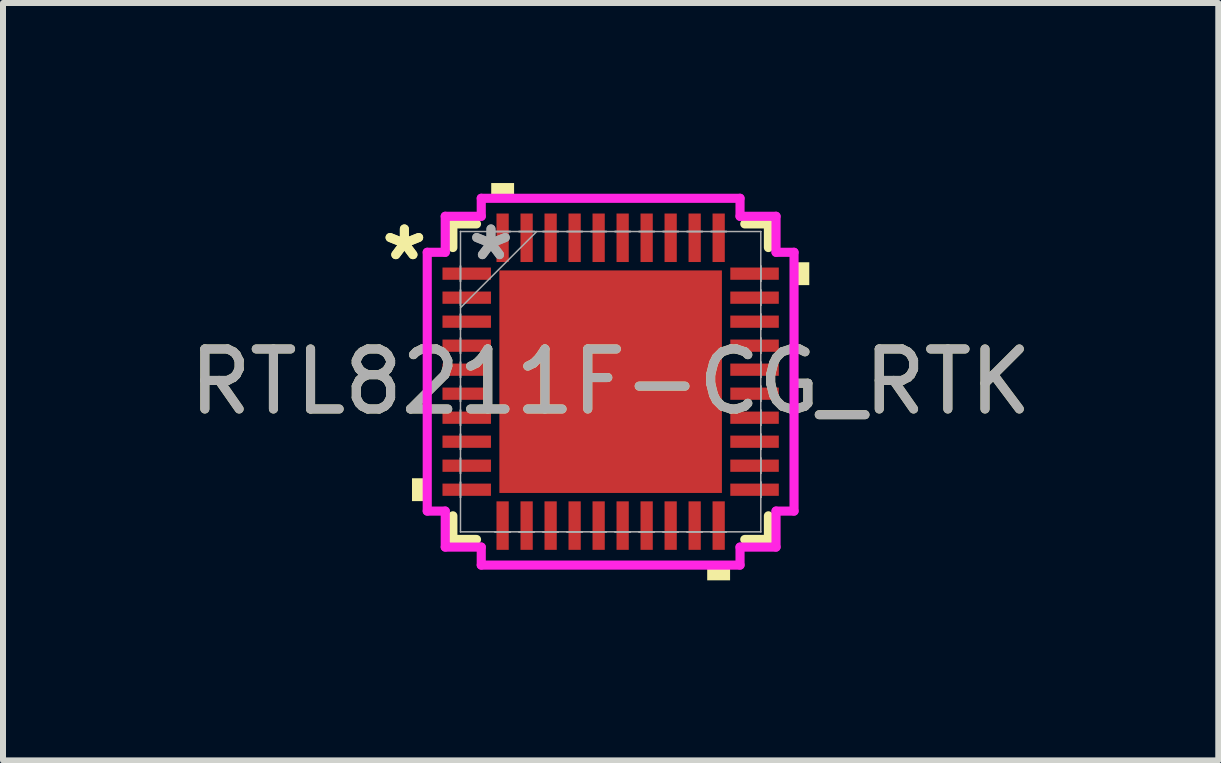
<source format=kicad_pcb>
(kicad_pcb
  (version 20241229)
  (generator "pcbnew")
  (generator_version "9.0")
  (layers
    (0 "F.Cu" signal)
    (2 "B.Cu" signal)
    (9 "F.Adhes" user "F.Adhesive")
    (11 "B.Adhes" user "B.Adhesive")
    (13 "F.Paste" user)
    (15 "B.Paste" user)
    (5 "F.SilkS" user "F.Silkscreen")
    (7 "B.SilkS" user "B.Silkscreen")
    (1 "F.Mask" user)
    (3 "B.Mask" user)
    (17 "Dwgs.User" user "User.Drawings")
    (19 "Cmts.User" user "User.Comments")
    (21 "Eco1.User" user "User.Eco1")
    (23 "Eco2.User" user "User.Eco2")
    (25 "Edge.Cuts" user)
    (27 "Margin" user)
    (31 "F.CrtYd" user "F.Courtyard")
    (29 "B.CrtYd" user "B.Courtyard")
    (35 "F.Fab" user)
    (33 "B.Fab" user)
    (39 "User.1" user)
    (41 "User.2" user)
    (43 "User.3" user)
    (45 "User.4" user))
  (footprint "RTL8211F-CG_RTK"
    (layer "F.Cu")
    (at 7.125 3.31)
    (property "Reference" "RTL8211F-CG_RTK" (at 0 0 0) (unlocked yes) (layer "F.SilkS") (effects (font (size 1 1) (thickness 0.15))))
    (attr smd)
    (fp_line (start -2.629 -2.629) (end -2.629 -2.235) (stroke (width 0.152) (type solid)) (layer "F.SilkS"))
    (fp_line (start -2.629 2.235) (end -2.629 2.629) (stroke (width 0.152) (type solid)) (layer "F.SilkS"))
    (fp_line (start -2.629 2.629) (end -2.235 2.629) (stroke (width 0.152) (type solid)) (layer "F.SilkS"))
    (fp_line (start -2.235 -2.629) (end -2.629 -2.629) (stroke (width 0.152) (type solid)) (layer "F.SilkS"))
    (fp_line (start 2.235 2.629) (end 2.629 2.629) (stroke (width 0.152) (type solid)) (layer "F.SilkS"))
    (fp_line (start 2.629 -2.629) (end 2.235 -2.629) (stroke (width 0.152) (type solid)) (layer "F.SilkS"))
    (fp_line (start 2.629 -2.235) (end 2.629 -2.629) (stroke (width 0.152) (type solid)) (layer "F.SilkS"))
    (fp_line (start 2.629 2.629) (end 2.629 2.235) (stroke (width 0.152) (type solid)) (layer "F.SilkS"))
    (fp_poly (pts (xy -3.31 1.609) (xy -3.31 1.99) (xy -3.056 1.99) (xy -3.056 1.609)) (stroke (width 0) (type solid)) (fill yes) (layer "F.SilkS"))
    (fp_poly (pts (xy -1.99 -3.056) (xy -1.99 -3.31) (xy -1.609 -3.31) (xy -1.609 -3.056)) (stroke (width 0) (type solid)) (fill yes) (layer "F.SilkS"))
    (fp_poly (pts (xy 1.609 3.056) (xy 1.609 3.31) (xy 1.99 3.31) (xy 1.99 3.056)) (stroke (width 0) (type solid)) (fill yes) (layer "F.SilkS"))
    (fp_poly (pts (xy 3.31 -1.99) (xy 3.31 -1.609) (xy 3.056 -1.609) (xy 3.056 -1.99)) (stroke (width 0) (type solid)) (fill yes) (layer "F.SilkS"))
    (fp_poly (pts (xy -1.754 -1.754) (xy -1.754 -0.1) (xy -0.1 -0.1) (xy -0.1 -1.754)) (stroke (width 0) (type solid)) (fill yes) (layer "F.Paste"))
    (fp_poly (pts (xy -1.754 0.1) (xy -1.754 1.754) (xy -0.1 1.754) (xy -0.1 0.1)) (stroke (width 0) (type solid)) (fill yes) (layer "F.Paste"))
    (fp_poly (pts (xy 0.1 -1.754) (xy 0.1 -0.1) (xy 1.754 -0.1) (xy 1.754 -1.754)) (stroke (width 0) (type solid)) (fill yes) (layer "F.Paste"))
    (fp_poly (pts (xy 0.1 0.1) (xy 0.1 1.754) (xy 1.754 1.754) (xy 1.754 0.1)) (stroke (width 0) (type solid)) (fill yes) (layer "F.Paste"))
    (fp_line (start -3.056 -2.156) (end -2.756 -2.156) (stroke (width 0.152) (type solid)) (layer "F.CrtYd"))
    (fp_line (start -3.056 2.156) (end -3.056 -2.156) (stroke (width 0.152) (type solid)) (layer "F.CrtYd"))
    (fp_line (start -2.756 -2.756) (end -2.156 -2.756) (stroke (width 0.152) (type solid)) (layer "F.CrtYd"))
    (fp_line (start -2.756 -2.156) (end -2.756 -2.756) (stroke (width 0.152) (type solid)) (layer "F.CrtYd"))
    (fp_line (start -2.756 2.156) (end -3.056 2.156) (stroke (width 0.152) (type solid)) (layer "F.CrtYd"))
    (fp_line (start -2.756 2.756) (end -2.756 2.156) (stroke (width 0.152) (type solid)) (layer "F.CrtYd"))
    (fp_line (start -2.156 -3.056) (end 2.156 -3.056) (stroke (width 0.152) (type solid)) (layer "F.CrtYd"))
    (fp_line (start -2.156 -2.756) (end -2.156 -3.056) (stroke (width 0.152) (type solid)) (layer "F.CrtYd"))
    (fp_line (start -2.156 2.756) (end -2.756 2.756) (stroke (width 0.152) (type solid)) (layer "F.CrtYd"))
    (fp_line (start -2.156 3.056) (end -2.156 2.756) (stroke (width 0.152) (type solid)) (layer "F.CrtYd"))
    (fp_line (start 2.156 -3.056) (end 2.156 -2.756) (stroke (width 0.152) (type solid)) (layer "F.CrtYd"))
    (fp_line (start 2.156 -2.756) (end 2.756 -2.756) (stroke (width 0.152) (type solid)) (layer "F.CrtYd"))
    (fp_line (start 2.156 2.756) (end 2.156 3.056) (stroke (width 0.152) (type solid)) (layer "F.CrtYd"))
    (fp_line (start 2.156 3.056) (end -2.156 3.056) (stroke (width 0.152) (type solid)) (layer "F.CrtYd"))
    (fp_line (start 2.756 -2.756) (end 2.756 -2.156) (stroke (width 0.152) (type solid)) (layer "F.CrtYd"))
    (fp_line (start 2.756 -2.156) (end 3.056 -2.156) (stroke (width 0.152) (type solid)) (layer "F.CrtYd"))
    (fp_line (start 2.756 2.156) (end 2.756 2.756) (stroke (width 0.152) (type solid)) (layer "F.CrtYd"))
    (fp_line (start 2.756 2.756) (end 2.156 2.756) (stroke (width 0.152) (type solid)) (layer "F.CrtYd"))
    (fp_line (start 3.056 -2.156) (end 3.056 2.156) (stroke (width 0.152) (type solid)) (layer "F.CrtYd"))
    (fp_line (start 3.056 2.156) (end 2.756 2.156) (stroke (width 0.152) (type solid)) (layer "F.CrtYd"))
    (fp_line (start -2.502 -2.502) (end -2.502 -2.502) (stroke (width 0.025) (type solid)) (layer "F.Fab"))
    (fp_line (start -2.502 -2.502) (end -2.502 2.502) (stroke (width 0.025) (type solid)) (layer "F.Fab"))
    (fp_line (start -2.502 -1.927) (end -2.502 -1.927) (stroke (width 0.025) (type solid)) (layer "F.Fab"))
    (fp_line (start -2.502 -1.927) (end -2.502 -1.673) (stroke (width 0.025) (type solid)) (layer "F.Fab"))
    (fp_line (start -2.502 -1.673) (end -2.502 -1.927) (stroke (width 0.025) (type solid)) (layer "F.Fab"))
    (fp_line (start -2.502 -1.673) (end -2.502 -1.673) (stroke (width 0.025) (type solid)) (layer "F.Fab"))
    (fp_line (start -2.502 -1.527) (end -2.502 -1.527) (stroke (width 0.025) (type solid)) (layer "F.Fab"))
    (fp_line (start -2.502 -1.527) (end -2.502 -1.273) (stroke (width 0.025) (type solid)) (layer "F.Fab"))
    (fp_line (start -2.502 -1.273) (end -2.502 -1.527) (stroke (width 0.025) (type solid)) (layer "F.Fab"))
    (fp_line (start -2.502 -1.273) (end -2.502 -1.273) (stroke (width 0.025) (type solid)) (layer "F.Fab"))
    (fp_line (start -2.502 -1.232) (end -1.232 -2.502) (stroke (width 0.025) (type solid)) (layer "F.Fab"))
    (fp_line (start -2.502 -1.127) (end -2.502 -1.127) (stroke (width 0.025) (type solid)) (layer "F.Fab"))
    (fp_line (start -2.502 -1.127) (end -2.502 -0.873) (stroke (width 0.025) (type solid)) (layer "F.Fab"))
    (fp_line (start -2.502 -0.873) (end -2.502 -1.127) (stroke (width 0.025) (type solid)) (layer "F.Fab"))
    (fp_line (start -2.502 -0.873) (end -2.502 -0.873) (stroke (width 0.025) (type solid)) (layer "F.Fab"))
    (fp_line (start -2.502 -0.727) (end -2.502 -0.727) (stroke (width 0.025) (type solid)) (layer "F.Fab"))
    (fp_line (start -2.502 -0.727) (end -2.502 -0.473) (stroke (width 0.025) (type solid)) (layer "F.Fab"))
    (fp_line (start -2.502 -0.473) (end -2.502 -0.727) (stroke (width 0.025) (type solid)) (layer "F.Fab"))
    (fp_line (start -2.502 -0.473) (end -2.502 -0.473) (stroke (width 0.025) (type solid)) (layer "F.Fab"))
    (fp_line (start -2.502 -0.327) (end -2.502 -0.327) (stroke (width 0.025) (type solid)) (layer "F.Fab"))
    (fp_line (start -2.502 -0.327) (end -2.502 -0.073) (stroke (width 0.025) (type solid)) (layer "F.Fab"))
    (fp_line (start -2.502 -0.073) (end -2.502 -0.327) (stroke (width 0.025) (type solid)) (layer "F.Fab"))
    (fp_line (start -2.502 -0.073) (end -2.502 -0.073) (stroke (width 0.025) (type solid)) (layer "F.Fab"))
    (fp_line (start -2.502 0.073) (end -2.502 0.073) (stroke (width 0.025) (type solid)) (layer "F.Fab"))
    (fp_line (start -2.502 0.073) (end -2.502 0.327) (stroke (width 0.025) (type solid)) (layer "F.Fab"))
    (fp_line (start -2.502 0.327) (end -2.502 0.073) (stroke (width 0.025) (type solid)) (layer "F.Fab"))
    (fp_line (start -2.502 0.327) (end -2.502 0.327) (stroke (width 0.025) (type solid)) (layer "F.Fab"))
    (fp_line (start -2.502 0.473) (end -2.502 0.473) (stroke (width 0.025) (type solid)) (layer "F.Fab"))
    (fp_line (start -2.502 0.473) (end -2.502 0.727) (stroke (width 0.025) (type solid)) (layer "F.Fab"))
    (fp_line (start -2.502 0.727) (end -2.502 0.473) (stroke (width 0.025) (type solid)) (layer "F.Fab"))
    (fp_line (start -2.502 0.727) (end -2.502 0.727) (stroke (width 0.025) (type solid)) (layer "F.Fab"))
    (fp_line (start -2.502 0.873) (end -2.502 0.873) (stroke (width 0.025) (type solid)) (layer "F.Fab"))
    (fp_line (start -2.502 0.873) (end -2.502 1.127) (stroke (width 0.025) (type solid)) (layer "F.Fab"))
    (fp_line (start -2.502 1.127) (end -2.502 0.873) (stroke (width 0.025) (type solid)) (layer "F.Fab"))
    (fp_line (start -2.502 1.127) (end -2.502 1.127) (stroke (width 0.025) (type solid)) (layer "F.Fab"))
    (fp_line (start -2.502 1.273) (end -2.502 1.273) (stroke (width 0.025) (type solid)) (layer "F.Fab"))
    (fp_line (start -2.502 1.273) (end -2.502 1.527) (stroke (width 0.025) (type solid)) (layer "F.Fab"))
    (fp_line (start -2.502 1.527) (end -2.502 1.273) (stroke (width 0.025) (type solid)) (layer "F.Fab"))
    (fp_line (start -2.502 1.527) (end -2.502 1.527) (stroke (width 0.025) (type solid)) (layer "F.Fab"))
    (fp_line (start -2.502 1.673) (end -2.502 1.673) (stroke (width 0.025) (type solid)) (layer "F.Fab"))
    (fp_line (start -2.502 1.673) (end -2.502 1.927) (stroke (width 0.025) (type solid)) (layer "F.Fab"))
    (fp_line (start -2.502 1.927) (end -2.502 1.673) (stroke (width 0.025) (type solid)) (layer "F.Fab"))
    (fp_line (start -2.502 1.927) (end -2.502 1.927) (stroke (width 0.025) (type solid)) (layer "F.Fab"))
    (fp_line (start -2.502 2.502) (end -2.502 2.502) (stroke (width 0.025) (type solid)) (layer "F.Fab"))
    (fp_line (start -2.502 2.502) (end 2.502 2.502) (stroke (width 0.025) (type solid)) (layer "F.Fab"))
    (fp_line (start -1.927 -2.502) (end -1.927 -2.502) (stroke (width 0.025) (type solid)) (layer "F.Fab"))
    (fp_line (start -1.927 -2.502) (end -1.673 -2.502) (stroke (width 0.025) (type solid)) (layer "F.Fab"))
    (fp_line (start -1.927 2.502) (end -1.927 2.502) (stroke (width 0.025) (type solid)) (layer "F.Fab"))
    (fp_line (start -1.927 2.502) (end -1.673 2.502) (stroke (width 0.025) (type solid)) (layer "F.Fab"))
    (fp_line (start -1.673 -2.502) (end -1.927 -2.502) (stroke (width 0.025) (type solid)) (layer "F.Fab"))
    (fp_line (start -1.673 -2.502) (end -1.673 -2.502) (stroke (width 0.025) (type solid)) (layer "F.Fab"))
    (fp_line (start -1.673 2.502) (end -1.927 2.502) (stroke (width 0.025) (type solid)) (layer "F.Fab"))
    (fp_line (start -1.673 2.502) (end -1.673 2.502) (stroke (width 0.025) (type solid)) (layer "F.Fab"))
    (fp_line (start -1.527 -2.502) (end -1.527 -2.502) (stroke (width 0.025) (type solid)) (layer "F.Fab"))
    (fp_line (start -1.527 -2.502) (end -1.273 -2.502) (stroke (width 0.025) (type solid)) (layer "F.Fab"))
    (fp_line (start -1.527 2.502) (end -1.527 2.502) (stroke (width 0.025) (type solid)) (layer "F.Fab"))
    (fp_line (start -1.527 2.502) (end -1.273 2.502) (stroke (width 0.025) (type solid)) (layer "F.Fab"))
    (fp_line (start -1.273 -2.502) (end -1.527 -2.502) (stroke (width 0.025) (type solid)) (layer "F.Fab"))
    (fp_line (start -1.273 -2.502) (end -1.273 -2.502) (stroke (width 0.025) (type solid)) (layer "F.Fab"))
    (fp_line (start -1.273 2.502) (end -1.527 2.502) (stroke (width 0.025) (type solid)) (layer "F.Fab"))
    (fp_line (start -1.273 2.502) (end -1.273 2.502) (stroke (width 0.025) (type solid)) (layer "F.Fab"))
    (fp_line (start -1.127 -2.502) (end -1.127 -2.502) (stroke (width 0.025) (type solid)) (layer "F.Fab"))
    (fp_line (start -1.127 -2.502) (end -0.873 -2.502) (stroke (width 0.025) (type solid)) (layer "F.Fab"))
    (fp_line (start -1.127 2.502) (end -1.127 2.502) (stroke (width 0.025) (type solid)) (layer "F.Fab"))
    (fp_line (start -1.127 2.502) (end -0.873 2.502) (stroke (width 0.025) (type solid)) (layer "F.Fab"))
    (fp_line (start -0.873 -2.502) (end -1.127 -2.502) (stroke (width 0.025) (type solid)) (layer "F.Fab"))
    (fp_line (start -0.873 -2.502) (end -0.873 -2.502) (stroke (width 0.025) (type solid)) (layer "F.Fab"))
    (fp_line (start -0.873 2.502) (end -1.127 2.502) (stroke (width 0.025) (type solid)) (layer "F.Fab"))
    (fp_line (start -0.873 2.502) (end -0.873 2.502) (stroke (width 0.025) (type solid)) (layer "F.Fab"))
    (fp_line (start -0.727 -2.502) (end -0.727 -2.502) (stroke (width 0.025) (type solid)) (layer "F.Fab"))
    (fp_line (start -0.727 -2.502) (end -0.473 -2.502) (stroke (width 0.025) (type solid)) (layer "F.Fab"))
    (fp_line (start -0.727 2.502) (end -0.727 2.502) (stroke (width 0.025) (type solid)) (layer "F.Fab"))
    (fp_line (start -0.727 2.502) (end -0.473 2.502) (stroke (width 0.025) (type solid)) (layer "F.Fab"))
    (fp_line (start -0.473 -2.502) (end -0.727 -2.502) (stroke (width 0.025) (type solid)) (layer "F.Fab"))
    (fp_line (start -0.473 -2.502) (end -0.473 -2.502) (stroke (width 0.025) (type solid)) (layer "F.Fab"))
    (fp_line (start -0.473 2.502) (end -0.727 2.502) (stroke (width 0.025) (type solid)) (layer "F.Fab"))
    (fp_line (start -0.473 2.502) (end -0.473 2.502) (stroke (width 0.025) (type solid)) (layer "F.Fab"))
    (fp_line (start -0.327 -2.502) (end -0.327 -2.502) (stroke (width 0.025) (type solid)) (layer "F.Fab"))
    (fp_line (start -0.327 -2.502) (end -0.073 -2.502) (stroke (width 0.025) (type solid)) (layer "F.Fab"))
    (fp_line (start -0.327 2.502) (end -0.327 2.502) (stroke (width 0.025) (type solid)) (layer "F.Fab"))
    (fp_line (start -0.327 2.502) (end -0.073 2.502) (stroke (width 0.025) (type solid)) (layer "F.Fab"))
    (fp_line (start -0.073 -2.502) (end -0.327 -2.502) (stroke (width 0.025) (type solid)) (layer "F.Fab"))
    (fp_line (start -0.073 -2.502) (end -0.073 -2.502) (stroke (width 0.025) (type solid)) (layer "F.Fab"))
    (fp_line (start -0.073 2.502) (end -0.327 2.502) (stroke (width 0.025) (type solid)) (layer "F.Fab"))
    (fp_line (start -0.073 2.502) (end -0.073 2.502) (stroke (width 0.025) (type solid)) (layer "F.Fab"))
    (fp_line (start 0.073 -2.502) (end 0.073 -2.502) (stroke (width 0.025) (type solid)) (layer "F.Fab"))
    (fp_line (start 0.073 -2.502) (end 0.327 -2.502) (stroke (width 0.025) (type solid)) (layer "F.Fab"))
    (fp_line (start 0.073 2.502) (end 0.073 2.502) (stroke (width 0.025) (type solid)) (layer "F.Fab"))
    (fp_line (start 0.073 2.502) (end 0.327 2.502) (stroke (width 0.025) (type solid)) (layer "F.Fab"))
    (fp_line (start 0.327 -2.502) (end 0.073 -2.502) (stroke (width 0.025) (type solid)) (layer "F.Fab"))
    (fp_line (start 0.327 -2.502) (end 0.327 -2.502) (stroke (width 0.025) (type solid)) (layer "F.Fab"))
    (fp_line (start 0.327 2.502) (end 0.073 2.502) (stroke (width 0.025) (type solid)) (layer "F.Fab"))
    (fp_line (start 0.327 2.502) (end 0.327 2.502) (stroke (width 0.025) (type solid)) (layer "F.Fab"))
    (fp_line (start 0.473 -2.502) (end 0.473 -2.502) (stroke (width 0.025) (type solid)) (layer "F.Fab"))
    (fp_line (start 0.473 -2.502) (end 0.727 -2.502) (stroke (width 0.025) (type solid)) (layer "F.Fab"))
    (fp_line (start 0.473 2.502) (end 0.473 2.502) (stroke (width 0.025) (type solid)) (layer "F.Fab"))
    (fp_line (start 0.473 2.502) (end 0.727 2.502) (stroke (width 0.025) (type solid)) (layer "F.Fab"))
    (fp_line (start 0.727 -2.502) (end 0.473 -2.502) (stroke (width 0.025) (type solid)) (layer "F.Fab"))
    (fp_line (start 0.727 -2.502) (end 0.727 -2.502) (stroke (width 0.025) (type solid)) (layer "F.Fab"))
    (fp_line (start 0.727 2.502) (end 0.473 2.502) (stroke (width 0.025) (type solid)) (layer "F.Fab"))
    (fp_line (start 0.727 2.502) (end 0.727 2.502) (stroke (width 0.025) (type solid)) (layer "F.Fab"))
    (fp_line (start 0.873 -2.502) (end 0.873 -2.502) (stroke (width 0.025) (type solid)) (layer "F.Fab"))
    (fp_line (start 0.873 -2.502) (end 1.127 -2.502) (stroke (width 0.025) (type solid)) (layer "F.Fab"))
    (fp_line (start 0.873 2.502) (end 0.873 2.502) (stroke (width 0.025) (type solid)) (layer "F.Fab"))
    (fp_line (start 0.873 2.502) (end 1.127 2.502) (stroke (width 0.025) (type solid)) (layer "F.Fab"))
    (fp_line (start 1.127 -2.502) (end 0.873 -2.502) (stroke (width 0.025) (type solid)) (layer "F.Fab"))
    (fp_line (start 1.127 -2.502) (end 1.127 -2.502) (stroke (width 0.025) (type solid)) (layer "F.Fab"))
    (fp_line (start 1.127 2.502) (end 0.873 2.502) (stroke (width 0.025) (type solid)) (layer "F.Fab"))
    (fp_line (start 1.127 2.502) (end 1.127 2.502) (stroke (width 0.025) (type solid)) (layer "F.Fab"))
    (fp_line (start 1.273 -2.502) (end 1.273 -2.502) (stroke (width 0.025) (type solid)) (layer "F.Fab"))
    (fp_line (start 1.273 -2.502) (end 1.527 -2.502) (stroke (width 0.025) (type solid)) (layer "F.Fab"))
    (fp_line (start 1.273 2.502) (end 1.273 2.502) (stroke (width 0.025) (type solid)) (layer "F.Fab"))
    (fp_line (start 1.273 2.502) (end 1.527 2.502) (stroke (width 0.025) (type solid)) (layer "F.Fab"))
    (fp_line (start 1.527 -2.502) (end 1.273 -2.502) (stroke (width 0.025) (type solid)) (layer "F.Fab"))
    (fp_line (start 1.527 -2.502) (end 1.527 -2.502) (stroke (width 0.025) (type solid)) (layer "F.Fab"))
    (fp_line (start 1.527 2.502) (end 1.273 2.502) (stroke (width 0.025) (type solid)) (layer "F.Fab"))
    (fp_line (start 1.527 2.502) (end 1.527 2.502) (stroke (width 0.025) (type solid)) (layer "F.Fab"))
    (fp_line (start 1.673 -2.502) (end 1.673 -2.502) (stroke (width 0.025) (type solid)) (layer "F.Fab"))
    (fp_line (start 1.673 -2.502) (end 1.927 -2.502) (stroke (width 0.025) (type solid)) (layer "F.Fab"))
    (fp_line (start 1.673 2.502) (end 1.673 2.502) (stroke (width 0.025) (type solid)) (layer "F.Fab"))
    (fp_line (start 1.673 2.502) (end 1.927 2.502) (stroke (width 0.025) (type solid)) (layer "F.Fab"))
    (fp_line (start 1.927 -2.502) (end 1.673 -2.502) (stroke (width 0.025) (type solid)) (layer "F.Fab"))
    (fp_line (start 1.927 -2.502) (end 1.927 -2.502) (stroke (width 0.025) (type solid)) (layer "F.Fab"))
    (fp_line (start 1.927 2.502) (end 1.673 2.502) (stroke (width 0.025) (type solid)) (layer "F.Fab"))
    (fp_line (start 1.927 2.502) (end 1.927 2.502) (stroke (width 0.025) (type solid)) (layer "F.Fab"))
    (fp_line (start 2.502 -2.502) (end -2.502 -2.502) (stroke (width 0.025) (type solid)) (layer "F.Fab"))
    (fp_line (start 2.502 -2.502) (end 2.502 -2.502) (stroke (width 0.025) (type solid)) (layer "F.Fab"))
    (fp_line (start 2.502 -1.927) (end 2.502 -1.927) (stroke (width 0.025) (type solid)) (layer "F.Fab"))
    (fp_line (start 2.502 -1.927) (end 2.502 -1.673) (stroke (width 0.025) (type solid)) (layer "F.Fab"))
    (fp_line (start 2.502 -1.673) (end 2.502 -1.927) (stroke (width 0.025) (type solid)) (layer "F.Fab"))
    (fp_line (start 2.502 -1.673) (end 2.502 -1.673) (stroke (width 0.025) (type solid)) (layer "F.Fab"))
    (fp_line (start 2.502 -1.527) (end 2.502 -1.527) (stroke (width 0.025) (type solid)) (layer "F.Fab"))
    (fp_line (start 2.502 -1.527) (end 2.502 -1.273) (stroke (width 0.025) (type solid)) (layer "F.Fab"))
    (fp_line (start 2.502 -1.273) (end 2.502 -1.527) (stroke (width 0.025) (type solid)) (layer "F.Fab"))
    (fp_line (start 2.502 -1.273) (end 2.502 -1.273) (stroke (width 0.025) (type solid)) (layer "F.Fab"))
    (fp_line (start 2.502 -1.127) (end 2.502 -1.127) (stroke (width 0.025) (type solid)) (layer "F.Fab"))
    (fp_line (start 2.502 -1.127) (end 2.502 -0.873) (stroke (width 0.025) (type solid)) (layer "F.Fab"))
    (fp_line (start 2.502 -0.873) (end 2.502 -1.127) (stroke (width 0.025) (type solid)) (layer "F.Fab"))
    (fp_line (start 2.502 -0.873) (end 2.502 -0.873) (stroke (width 0.025) (type solid)) (layer "F.Fab"))
    (fp_line (start 2.502 -0.727) (end 2.502 -0.727) (stroke (width 0.025) (type solid)) (layer "F.Fab"))
    (fp_line (start 2.502 -0.727) (end 2.502 -0.473) (stroke (width 0.025) (type solid)) (layer "F.Fab"))
    (fp_line (start 2.502 -0.473) (end 2.502 -0.727) (stroke (width 0.025) (type solid)) (layer "F.Fab"))
    (fp_line (start 2.502 -0.473) (end 2.502 -0.473) (stroke (width 0.025) (type solid)) (layer "F.Fab"))
    (fp_line (start 2.502 -0.327) (end 2.502 -0.327) (stroke (width 0.025) (type solid)) (layer "F.Fab"))
    (fp_line (start 2.502 -0.327) (end 2.502 -0.073) (stroke (width 0.025) (type solid)) (layer "F.Fab"))
    (fp_line (start 2.502 -0.073) (end 2.502 -0.327) (stroke (width 0.025) (type solid)) (layer "F.Fab"))
    (fp_line (start 2.502 -0.073) (end 2.502 -0.073) (stroke (width 0.025) (type solid)) (layer "F.Fab"))
    (fp_line (start 2.502 0.073) (end 2.502 0.073) (stroke (width 0.025) (type solid)) (layer "F.Fab"))
    (fp_line (start 2.502 0.073) (end 2.502 0.327) (stroke (width 0.025) (type solid)) (layer "F.Fab"))
    (fp_line (start 2.502 0.327) (end 2.502 0.073) (stroke (width 0.025) (type solid)) (layer "F.Fab"))
    (fp_line (start 2.502 0.327) (end 2.502 0.327) (stroke (width 0.025) (type solid)) (layer "F.Fab"))
    (fp_line (start 2.502 0.473) (end 2.502 0.473) (stroke (width 0.025) (type solid)) (layer "F.Fab"))
    (fp_line (start 2.502 0.473) (end 2.502 0.727) (stroke (width 0.025) (type solid)) (layer "F.Fab"))
    (fp_line (start 2.502 0.727) (end 2.502 0.473) (stroke (width 0.025) (type solid)) (layer "F.Fab"))
    (fp_line (start 2.502 0.727) (end 2.502 0.727) (stroke (width 0.025) (type solid)) (layer "F.Fab"))
    (fp_line (start 2.502 0.873) (end 2.502 0.873) (stroke (width 0.025) (type solid)) (layer "F.Fab"))
    (fp_line (start 2.502 0.873) (end 2.502 1.127) (stroke (width 0.025) (type solid)) (layer "F.Fab"))
    (fp_line (start 2.502 1.127) (end 2.502 0.873) (stroke (width 0.025) (type solid)) (layer "F.Fab"))
    (fp_line (start 2.502 1.127) (end 2.502 1.127) (stroke (width 0.025) (type solid)) (layer "F.Fab"))
    (fp_line (start 2.502 1.273) (end 2.502 1.273) (stroke (width 0.025) (type solid)) (layer "F.Fab"))
    (fp_line (start 2.502 1.273) (end 2.502 1.527) (stroke (width 0.025) (type solid)) (layer "F.Fab"))
    (fp_line (start 2.502 1.527) (end 2.502 1.273) (stroke (width 0.025) (type solid)) (layer "F.Fab"))
    (fp_line (start 2.502 1.527) (end 2.502 1.527) (stroke (width 0.025) (type solid)) (layer "F.Fab"))
    (fp_line (start 2.502 1.673) (end 2.502 1.673) (stroke (width 0.025) (type solid)) (layer "F.Fab"))
    (fp_line (start 2.502 1.673) (end 2.502 1.927) (stroke (width 0.025) (type solid)) (layer "F.Fab"))
    (fp_line (start 2.502 1.927) (end 2.502 1.673) (stroke (width 0.025) (type solid)) (layer "F.Fab"))
    (fp_line (start 2.502 1.927) (end 2.502 1.927) (stroke (width 0.025) (type solid)) (layer "F.Fab"))
    (fp_line (start 2.502 2.502) (end 2.502 -2.502) (stroke (width 0.025) (type solid)) (layer "F.Fab"))
    (fp_line (start 2.502 2.502) (end 2.502 2.502) (stroke (width 0.025) (type solid)) (layer "F.Fab"))
    (fp_text user "*" (at -3.437 -2 0) (layer "F.SilkS") (effects (font (size 1 1) (thickness 0.15))))
    (fp_text user "*" (at -3.437 -2 0) (unlocked yes) (layer "F.SilkS") (effects (font (size 1 1) (thickness 0.15))))
    (fp_text user "${REFERENCE}" (at 0 0 0) (unlocked yes) (layer "F.Fab") (effects (font (size 1 1) (thickness 0.15))))
    (fp_text user "*" (at -1.994 -2 0) (layer "F.Fab") (effects (font (size 1 1) (thickness 0.15))))
    (fp_text user "*" (at -1.994 -2 0) (unlocked yes) (layer "F.Fab") (effects (font (size 1 1) (thickness 0.15))))
    (pad "1" smd rect (at -2.398 -1.8 90) (size 0.204 0.808) (layers "F.Cu" "F.Mask" "F.Paste"))
    (pad "2" smd rect (at -2.398 -1.4 90) (size 0.204 0.808) (layers "F.Cu" "F.Mask" "F.Paste"))
    (pad "3" smd rect (at -2.398 -1 90) (size 0.204 0.808) (layers "F.Cu" "F.Mask" "F.Paste"))
    (pad "4" smd rect (at -2.398 -0.6 90) (size 0.204 0.808) (layers "F.Cu" "F.Mask" "F.Paste"))
    (pad "5" smd rect (at -2.398 -0.2 90) (size 0.204 0.808) (layers "F.Cu" "F.Mask" "F.Paste"))
    (pad "6" smd rect (at -2.398 0.2 90) (size 0.204 0.808) (layers "F.Cu" "F.Mask" "F.Paste"))
    (pad "7" smd rect (at -2.398 0.6 90) (size 0.204 0.808) (layers "F.Cu" "F.Mask" "F.Paste"))
    (pad "8" smd rect (at -2.398 1 90) (size 0.204 0.808) (layers "F.Cu" "F.Mask" "F.Paste"))
    (pad "9" smd rect (at -2.398 1.4 90) (size 0.204 0.808) (layers "F.Cu" "F.Mask" "F.Paste"))
    (pad "10" smd rect (at -2.398 1.8 90) (size 0.204 0.808) (layers "F.Cu" "F.Mask" "F.Paste"))
    (pad "11" smd rect (at -1.8 2.398) (size 0.204 0.808) (layers "F.Cu" "F.Mask" "F.Paste"))
    (pad "12" smd rect (at -1.4 2.398) (size 0.204 0.808) (layers "F.Cu" "F.Mask" "F.Paste"))
    (pad "13" smd rect (at -1 2.398) (size 0.204 0.808) (layers "F.Cu" "F.Mask" "F.Paste"))
    (pad "14" smd rect (at -0.6 2.398) (size 0.204 0.808) (layers "F.Cu" "F.Mask" "F.Paste"))
    (pad "15" smd rect (at -0.2 2.398) (size 0.204 0.808) (layers "F.Cu" "F.Mask" "F.Paste"))
    (pad "16" smd rect (at 0.2 2.398) (size 0.204 0.808) (layers "F.Cu" "F.Mask" "F.Paste"))
    (pad "17" smd rect (at 0.6 2.398) (size 0.204 0.808) (layers "F.Cu" "F.Mask" "F.Paste"))
    (pad "18" smd rect (at 1 2.398) (size 0.204 0.808) (layers "F.Cu" "F.Mask" "F.Paste"))
    (pad "19" smd rect (at 1.4 2.398) (size 0.204 0.808) (layers "F.Cu" "F.Mask" "F.Paste"))
    (pad "20" smd rect (at 1.8 2.398) (size 0.204 0.808) (layers "F.Cu" "F.Mask" "F.Paste"))
    (pad "21" smd rect (at 2.398 1.8 90) (size 0.204 0.808) (layers "F.Cu" "F.Mask" "F.Paste"))
    (pad "22" smd rect (at 2.398 1.4 90) (size 0.204 0.808) (layers "F.Cu" "F.Mask" "F.Paste"))
    (pad "23" smd rect (at 2.398 1 90) (size 0.204 0.808) (layers "F.Cu" "F.Mask" "F.Paste"))
    (pad "24" smd rect (at 2.398 0.6 90) (size 0.204 0.808) (layers "F.Cu" "F.Mask" "F.Paste"))
    (pad "25" smd rect (at 2.398 0.2 90) (size 0.204 0.808) (layers "F.Cu" "F.Mask" "F.Paste"))
    (pad "26" smd rect (at 2.398 -0.2 90) (size 0.204 0.808) (layers "F.Cu" "F.Mask" "F.Paste"))
    (pad "27" smd rect (at 2.398 -0.6 90) (size 0.204 0.808) (layers "F.Cu" "F.Mask" "F.Paste"))
    (pad "28" smd rect (at 2.398 -1 90) (size 0.204 0.808) (layers "F.Cu" "F.Mask" "F.Paste"))
    (pad "29" smd rect (at 2.398 -1.4 90) (size 0.204 0.808) (layers "F.Cu" "F.Mask" "F.Paste"))
    (pad "30" smd rect (at 2.398 -1.8 90) (size 0.204 0.808) (layers "F.Cu" "F.Mask" "F.Paste"))
    (pad "31" smd rect (at 1.8 -2.398) (size 0.204 0.808) (layers "F.Cu" "F.Mask" "F.Paste"))
    (pad "32" smd rect (at 1.4 -2.398) (size 0.204 0.808) (layers "F.Cu" "F.Mask" "F.Paste"))
    (pad "33" smd rect (at 1 -2.398) (size 0.204 0.808) (layers "F.Cu" "F.Mask" "F.Paste"))
    (pad "34" smd rect (at 0.6 -2.398) (size 0.204 0.808) (layers "F.Cu" "F.Mask" "F.Paste"))
    (pad "35" smd rect (at 0.2 -2.398) (size 0.204 0.808) (layers "F.Cu" "F.Mask" "F.Paste"))
    (pad "36" smd rect (at -0.2 -2.398) (size 0.204 0.808) (layers "F.Cu" "F.Mask" "F.Paste"))
    (pad "37" smd rect (at -0.6 -2.398) (size 0.204 0.808) (layers "F.Cu" "F.Mask" "F.Paste"))
    (pad "38" smd rect (at -1 -2.398) (size 0.204 0.808) (layers "F.Cu" "F.Mask" "F.Paste"))
    (pad "39" smd rect (at -1.4 -2.398) (size 0.204 0.808) (layers "F.Cu" "F.Mask" "F.Paste"))
    (pad "40" smd rect (at -1.8 -2.398) (size 0.204 0.808) (layers "F.Cu" "F.Mask" "F.Paste"))
    (pad "41" smd rect (at 0 0) (size 3.708 3.708) (layers "F.Cu" "F.Mask")))
  (gr_rect
    (start -3 -3)
    (end 17.25 9.62)
    (stroke (width 0.1) (type default))
    (fill no)
    (layer "Edge.Cuts")))
</source>
